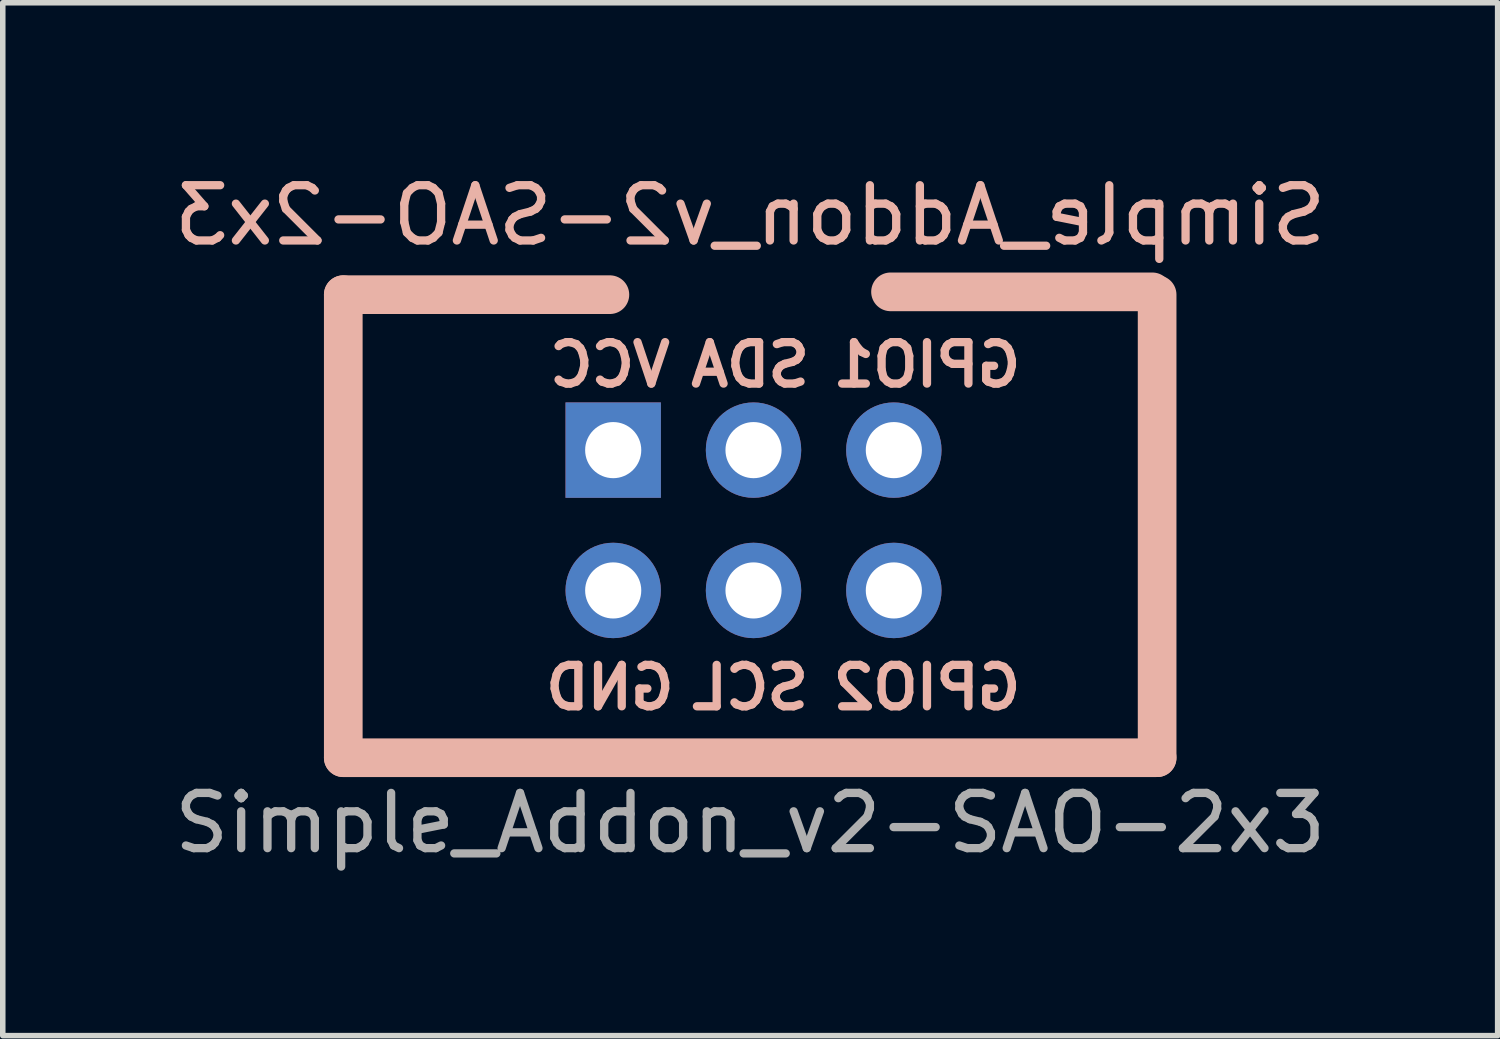
<source format=kicad_pcb>
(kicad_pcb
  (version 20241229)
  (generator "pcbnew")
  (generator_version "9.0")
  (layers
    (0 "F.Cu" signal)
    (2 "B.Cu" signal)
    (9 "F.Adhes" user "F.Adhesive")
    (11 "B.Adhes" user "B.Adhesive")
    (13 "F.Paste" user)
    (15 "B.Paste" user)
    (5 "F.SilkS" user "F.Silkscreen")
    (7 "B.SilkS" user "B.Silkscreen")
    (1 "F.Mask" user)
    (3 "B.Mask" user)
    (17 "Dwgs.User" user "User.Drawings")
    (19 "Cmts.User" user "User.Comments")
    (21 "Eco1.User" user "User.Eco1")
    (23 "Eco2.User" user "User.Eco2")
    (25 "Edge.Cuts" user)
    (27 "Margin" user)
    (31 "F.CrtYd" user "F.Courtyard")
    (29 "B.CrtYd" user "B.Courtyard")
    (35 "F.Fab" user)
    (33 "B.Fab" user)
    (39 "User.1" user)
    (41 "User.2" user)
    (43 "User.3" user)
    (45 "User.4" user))
  (footprint "Simple_Addon_v2-SAO-2x3"
    (layer "F.Cu")
    (at 10.53 6.348)
    (property "Reference" "Simple_Addon_v2-SAO-2x3" (at 0 -5.5 0) (layer "B.SilkS") (effects (font (size 1 1) (thickness 0.15)) (justify mirror)))
    (attr through_hole)
    (fp_line (start -7.366 -4.064) (end -7.366 4.318) (stroke (width 0.7) (type solid)) (layer "B.SilkS"))
    (fp_line (start -7.366 4.318) (end 7.366 4.318) (stroke (width 0.7) (type solid)) (layer "B.SilkS"))
    (fp_line (start -2.54 -4.064) (end -7.366 -4.064) (stroke (width 0.7) (type solid)) (layer "B.SilkS"))
    (fp_line (start 7.28 -4.115) (end 2.54 -4.115) (stroke (width 0.7) (type solid)) (layer "B.SilkS"))
    (fp_line (start 7.366 4.318) (end 7.366 -4.064) (stroke (width 0.7) (type solid)) (layer "B.SilkS"))
    (fp_text user "SCL" (at 0 3.048 0) (layer "B.SilkS") (effects (font (size 0.75 0.75) (thickness 0.15)) (justify mirror)))
    (fp_text user "SDA" (at 0 -2.794 0) (unlocked yes) (layer "B.SilkS") (effects (font (size 0.75 0.75) (thickness 0.15)) (justify mirror)))
    (fp_text user "VCC" (at -2.54 -2.794 0) (unlocked yes) (layer "B.SilkS") (effects (font (size 0.75 0.75) (thickness 0.15)) (justify mirror)))
    (fp_text user "GND" (at -2.54 3.048 0) (unlocked yes) (layer "B.SilkS") (effects (font (size 0.75 0.75) (thickness 0.15)) (justify mirror)))
    (fp_text user "GPIO1" (at 3.2 -2.794 0) (unlocked yes) (layer "B.SilkS") (effects (font (size 0.75 0.75) (thickness 0.15)) (justify mirror)))
    (fp_text user "GPIO2" (at 3.2 3.048 0) (layer "B.SilkS") (effects (font (size 0.75 0.75) (thickness 0.15)) (justify mirror)))
    (fp_text user "${REFERENCE}" (at 0 5.5 0) (layer "F.Fab") (effects (font (size 1 1) (thickness 0.15))))
    (pad "1" thru_hole rect (at -2.48 -1.25 270) (size 1.727 1.727) (drill 1.016) (layers "*.Cu" "*.Mask"))
    (pad "2" thru_hole circle (at -2.48 1.29 270) (size 1.727 1.727) (drill 1.016) (layers "*.Cu" "*.Mask"))
    (pad "3" thru_hole oval (at 0.06 -1.25 270) (size 1.727 1.727) (drill 1.016) (layers "*.Cu" "*.Mask"))
    (pad "4" thru_hole oval (at 0.06 1.29 270) (size 1.727 1.727) (drill 1.016) (layers "*.Cu" "*.Mask"))
    (pad "5" thru_hole circle (at 2.6 -1.25 270) (size 1.727 1.727) (drill 1.016) (layers "*.Cu" "*.Mask"))
    (pad "6" thru_hole circle (at 2.6 1.29 270) (size 1.727 1.727) (drill 1.016) (layers "*.Cu" "*.Mask")))
  (gr_rect
    (start -3 -3)
    (end 24.06 15.697)
    (stroke (width 0.1) (type default))
    (fill no)
    (layer "Edge.Cuts")))
</source>
